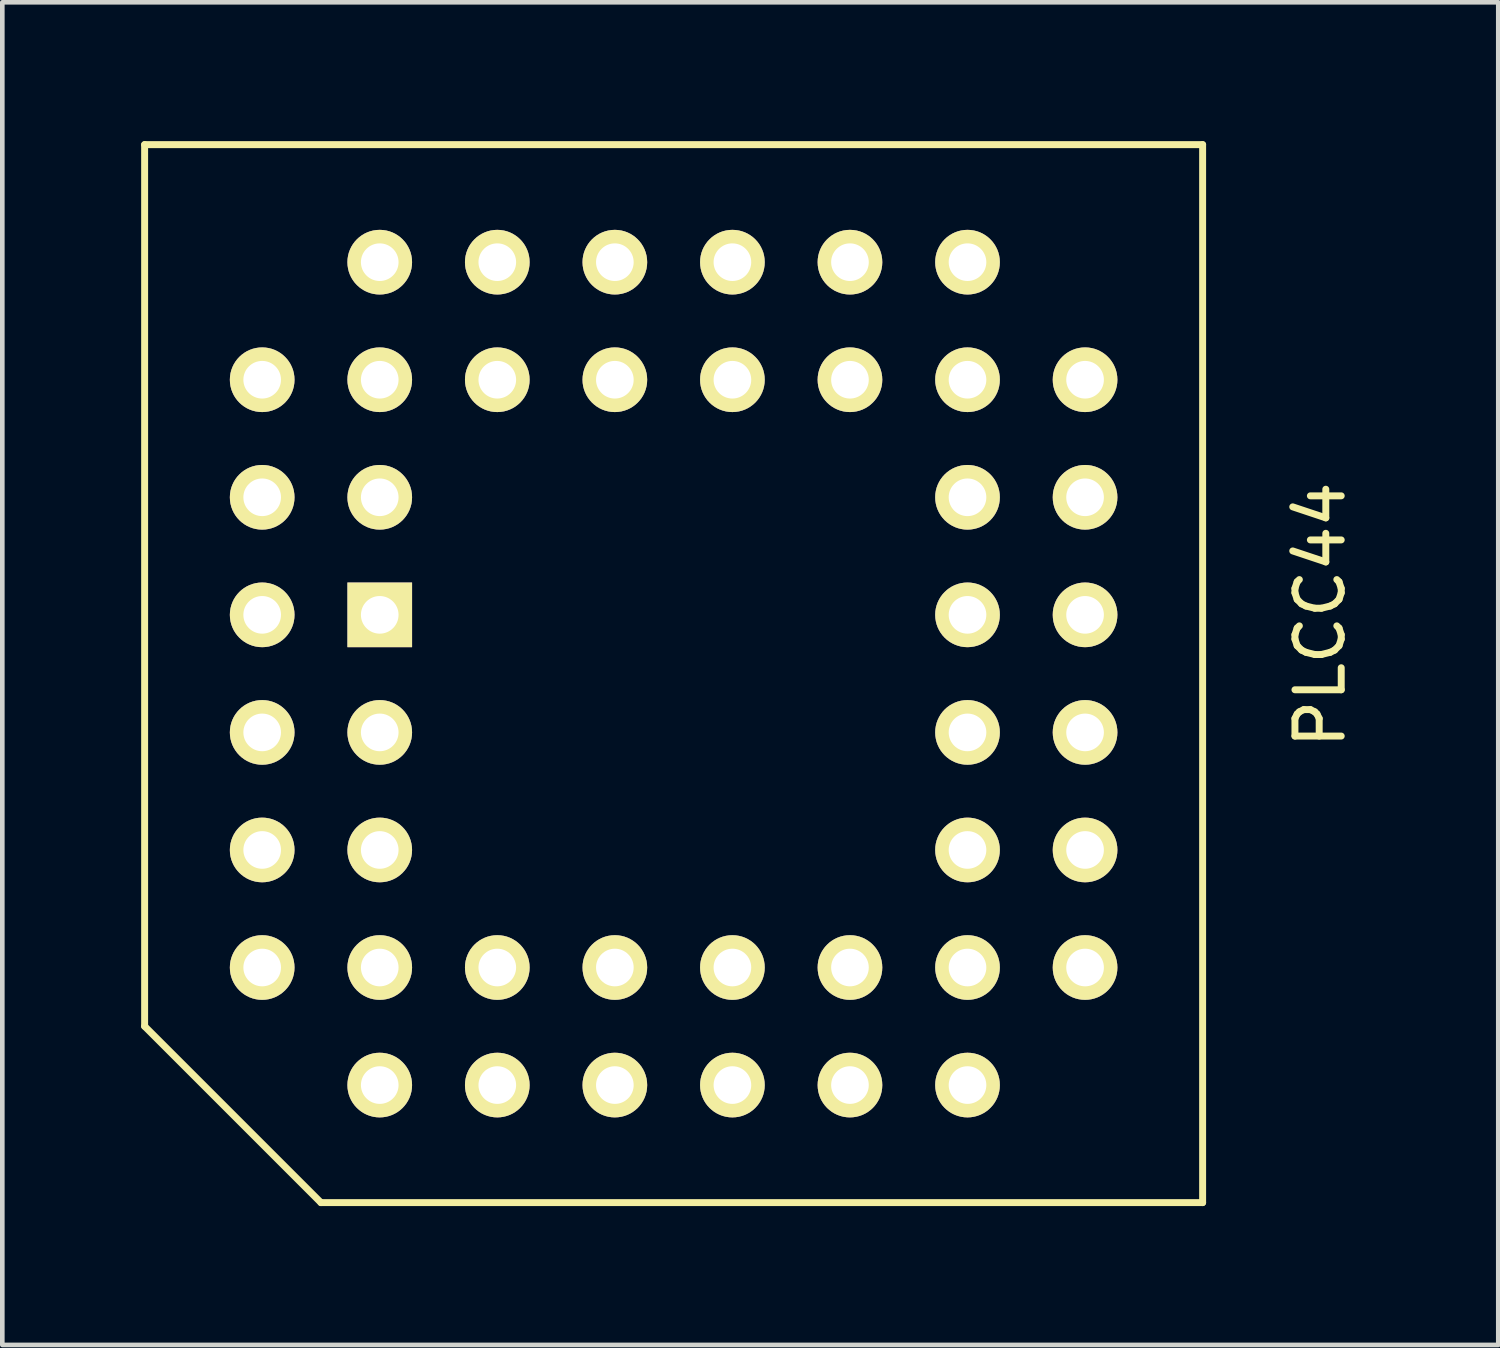
<source format=kicad_pcb>
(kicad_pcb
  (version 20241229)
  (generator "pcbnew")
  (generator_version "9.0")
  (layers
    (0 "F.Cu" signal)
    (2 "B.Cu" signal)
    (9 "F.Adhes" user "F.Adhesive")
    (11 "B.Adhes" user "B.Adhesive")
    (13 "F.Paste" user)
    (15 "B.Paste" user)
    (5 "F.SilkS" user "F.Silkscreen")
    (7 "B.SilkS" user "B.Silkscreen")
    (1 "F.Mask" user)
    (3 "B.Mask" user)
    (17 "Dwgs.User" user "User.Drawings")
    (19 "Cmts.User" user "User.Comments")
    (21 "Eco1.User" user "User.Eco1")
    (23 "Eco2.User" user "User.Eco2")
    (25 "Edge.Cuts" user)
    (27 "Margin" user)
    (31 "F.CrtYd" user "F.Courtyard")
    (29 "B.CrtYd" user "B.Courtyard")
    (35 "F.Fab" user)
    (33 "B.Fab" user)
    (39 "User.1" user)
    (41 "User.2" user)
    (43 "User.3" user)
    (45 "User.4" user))
  (footprint "PLCC44"
    (layer "F.Cu")
    (at 11.505 11.505)
    (property "Reference" "PLCC44" (at 13.97 -1.27 90) (layer "F.SilkS") (effects (font (size 1 1) (thickness 0.15))))
    (attr through_hole)
    (fp_line (start -11.43 -11.43) (end -11.43 7.62) (stroke (width 0.15) (type solid)) (layer "F.SilkS"))
    (fp_line (start -11.43 7.62) (end -7.62 11.43) (stroke (width 0.15) (type solid)) (layer "F.SilkS"))
    (fp_line (start -7.62 11.43) (end 11.43 11.43) (stroke (width 0.15) (type solid)) (layer "F.SilkS"))
    (fp_line (start 11.43 -11.43) (end -11.43 -11.43) (stroke (width 0.15) (type solid)) (layer "F.SilkS"))
    (fp_line (start 11.43 11.43) (end 11.43 -11.43) (stroke (width 0.15) (type solid)) (layer "F.SilkS"))
    (pad "1" thru_hole rect (at -6.35 -1.27) (size 1.397 1.397) (drill 0.813) (layers "*.Cu" "*.Mask" "F.SilkS"))
    (pad "2" thru_hole circle (at -8.89 1.27) (size 1.397 1.397) (drill 0.813) (layers "*.Cu" "*.Mask" "F.SilkS"))
    (pad "3" thru_hole circle (at -6.35 1.27) (size 1.397 1.397) (drill 0.813) (layers "*.Cu" "*.Mask" "F.SilkS"))
    (pad "4" thru_hole circle (at -8.89 3.81) (size 1.397 1.397) (drill 0.813) (layers "*.Cu" "*.Mask" "F.SilkS"))
    (pad "5" thru_hole circle (at -6.35 3.81) (size 1.397 1.397) (drill 0.813) (layers "*.Cu" "*.Mask" "F.SilkS"))
    (pad "6" thru_hole circle (at -8.89 6.35) (size 1.397 1.397) (drill 0.813) (layers "*.Cu" "*.Mask" "F.SilkS"))
    (pad "7" thru_hole circle (at -6.35 8.89) (size 1.397 1.397) (drill 0.813) (layers "*.Cu" "*.Mask" "F.SilkS"))
    (pad "8" thru_hole circle (at -6.35 6.35) (size 1.397 1.397) (drill 0.813) (layers "*.Cu" "*.Mask" "F.SilkS"))
    (pad "9" thru_hole circle (at -3.81 8.89) (size 1.397 1.397) (drill 0.813) (layers "*.Cu" "*.Mask" "F.SilkS"))
    (pad "10" thru_hole circle (at -3.81 6.35) (size 1.397 1.397) (drill 0.813) (layers "*.Cu" "*.Mask" "F.SilkS"))
    (pad "11" thru_hole circle (at -1.27 8.89) (size 1.397 1.397) (drill 0.813) (layers "*.Cu" "*.Mask" "F.SilkS"))
    (pad "12" thru_hole circle (at -1.27 6.35) (size 1.397 1.397) (drill 0.813) (layers "*.Cu" "*.Mask" "F.SilkS"))
    (pad "13" thru_hole circle (at 1.27 8.89) (size 1.397 1.397) (drill 0.813) (layers "*.Cu" "*.Mask" "F.SilkS"))
    (pad "14" thru_hole circle (at 1.27 6.35) (size 1.397 1.397) (drill 0.813) (layers "*.Cu" "*.Mask" "F.SilkS"))
    (pad "15" thru_hole circle (at 3.81 8.89) (size 1.397 1.397) (drill 0.813) (layers "*.Cu" "*.Mask" "F.SilkS"))
    (pad "16" thru_hole circle (at 3.81 6.35) (size 1.397 1.397) (drill 0.813) (layers "*.Cu" "*.Mask" "F.SilkS"))
    (pad "17" thru_hole circle (at 6.35 8.89) (size 1.397 1.397) (drill 0.813) (layers "*.Cu" "*.Mask" "F.SilkS"))
    (pad "18" thru_hole circle (at 8.89 6.35) (size 1.397 1.397) (drill 0.813) (layers "*.Cu" "*.Mask" "F.SilkS"))
    (pad "19" thru_hole circle (at 6.35 6.35) (size 1.397 1.397) (drill 0.813) (layers "*.Cu" "*.Mask" "F.SilkS"))
    (pad "20" thru_hole circle (at 8.89 3.81) (size 1.397 1.397) (drill 0.813) (layers "*.Cu" "*.Mask" "F.SilkS"))
    (pad "21" thru_hole circle (at 6.35 3.81) (size 1.397 1.397) (drill 0.813) (layers "*.Cu" "*.Mask" "F.SilkS"))
    (pad "22" thru_hole circle (at 8.89 1.27) (size 1.397 1.397) (drill 0.813) (layers "*.Cu" "*.Mask" "F.SilkS"))
    (pad "23" thru_hole circle (at 6.35 1.27) (size 1.397 1.397) (drill 0.813) (layers "*.Cu" "*.Mask" "F.SilkS"))
    (pad "24" thru_hole circle (at 8.89 -1.27) (size 1.397 1.397) (drill 0.813) (layers "*.Cu" "*.Mask" "F.SilkS"))
    (pad "25" thru_hole circle (at 6.35 -1.27) (size 1.397 1.397) (drill 0.813) (layers "*.Cu" "*.Mask" "F.SilkS"))
    (pad "26" thru_hole circle (at 8.89 -3.81) (size 1.397 1.397) (drill 0.813) (layers "*.Cu" "*.Mask" "F.SilkS"))
    (pad "27" thru_hole circle (at 6.35 -3.81) (size 1.397 1.397) (drill 0.813) (layers "*.Cu" "*.Mask" "F.SilkS"))
    (pad "28" thru_hole circle (at 8.89 -6.35) (size 1.397 1.397) (drill 0.813) (layers "*.Cu" "*.Mask" "F.SilkS"))
    (pad "29" thru_hole circle (at 6.35 -8.89) (size 1.397 1.397) (drill 0.813) (layers "*.Cu" "*.Mask" "F.SilkS"))
    (pad "30" thru_hole circle (at 6.35 -6.35) (size 1.397 1.397) (drill 0.813) (layers "*.Cu" "*.Mask" "F.SilkS"))
    (pad "31" thru_hole circle (at 3.81 -8.89) (size 1.397 1.397) (drill 0.813) (layers "*.Cu" "*.Mask" "F.SilkS"))
    (pad "32" thru_hole circle (at 3.81 -6.35) (size 1.397 1.397) (drill 0.813) (layers "*.Cu" "*.Mask" "F.SilkS"))
    (pad "33" thru_hole circle (at 1.27 -8.89) (size 1.397 1.397) (drill 0.813) (layers "*.Cu" "*.Mask" "F.SilkS"))
    (pad "34" thru_hole circle (at 1.27 -6.35) (size 1.397 1.397) (drill 0.813) (layers "*.Cu" "*.Mask" "F.SilkS"))
    (pad "35" thru_hole circle (at -1.27 -8.89) (size 1.397 1.397) (drill 0.813) (layers "*.Cu" "*.Mask" "F.SilkS"))
    (pad "36" thru_hole circle (at -1.27 -6.35) (size 1.397 1.397) (drill 0.813) (layers "*.Cu" "*.Mask" "F.SilkS"))
    (pad "37" thru_hole circle (at -3.81 -8.89) (size 1.397 1.397) (drill 0.813) (layers "*.Cu" "*.Mask" "F.SilkS"))
    (pad "38" thru_hole circle (at -3.81 -6.35) (size 1.397 1.397) (drill 0.813) (layers "*.Cu" "*.Mask" "F.SilkS"))
    (pad "39" thru_hole circle (at -6.35 -8.89) (size 1.397 1.397) (drill 0.813) (layers "*.Cu" "*.Mask" "F.SilkS"))
    (pad "40" thru_hole circle (at -8.89 -6.35) (size 1.397 1.397) (drill 0.813) (layers "*.Cu" "*.Mask" "F.SilkS"))
    (pad "41" thru_hole circle (at -6.35 -6.35) (size 1.397 1.397) (drill 0.813) (layers "*.Cu" "*.Mask" "F.SilkS"))
    (pad "42" thru_hole circle (at -8.89 -3.81) (size 1.397 1.397) (drill 0.813) (layers "*.Cu" "*.Mask" "F.SilkS"))
    (pad "43" thru_hole circle (at -6.35 -3.81) (size 1.397 1.397) (drill 0.813) (layers "*.Cu" "*.Mask" "F.SilkS"))
    (pad "44" thru_hole circle (at -8.89 -1.27) (size 1.397 1.397) (drill 0.813) (layers "*.Cu" "*.Mask" "F.SilkS")))
  (gr_rect
    (start -3 -3)
    (end 29.323 26.01)
    (stroke (width 0.1) (type default))
    (fill no)
    (layer "Edge.Cuts")))
</source>
